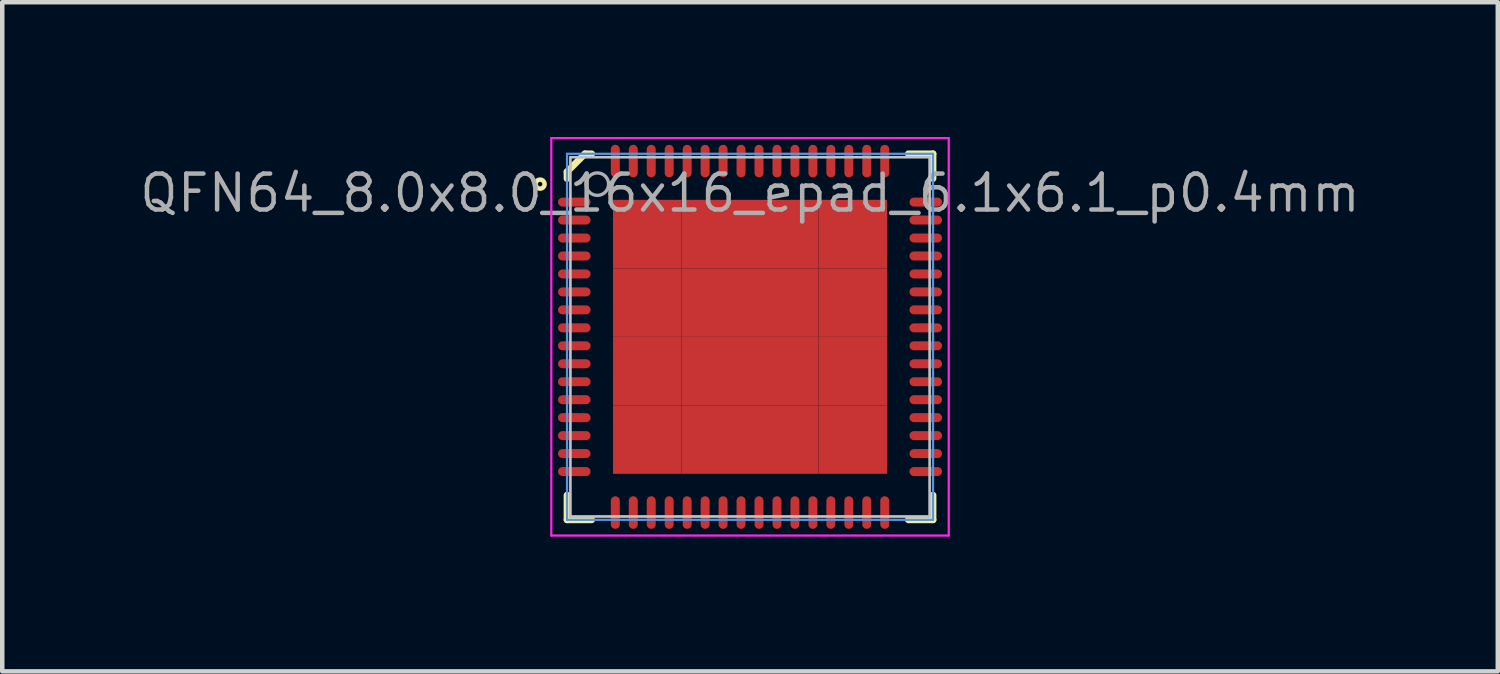
<source format=kicad_pcb>
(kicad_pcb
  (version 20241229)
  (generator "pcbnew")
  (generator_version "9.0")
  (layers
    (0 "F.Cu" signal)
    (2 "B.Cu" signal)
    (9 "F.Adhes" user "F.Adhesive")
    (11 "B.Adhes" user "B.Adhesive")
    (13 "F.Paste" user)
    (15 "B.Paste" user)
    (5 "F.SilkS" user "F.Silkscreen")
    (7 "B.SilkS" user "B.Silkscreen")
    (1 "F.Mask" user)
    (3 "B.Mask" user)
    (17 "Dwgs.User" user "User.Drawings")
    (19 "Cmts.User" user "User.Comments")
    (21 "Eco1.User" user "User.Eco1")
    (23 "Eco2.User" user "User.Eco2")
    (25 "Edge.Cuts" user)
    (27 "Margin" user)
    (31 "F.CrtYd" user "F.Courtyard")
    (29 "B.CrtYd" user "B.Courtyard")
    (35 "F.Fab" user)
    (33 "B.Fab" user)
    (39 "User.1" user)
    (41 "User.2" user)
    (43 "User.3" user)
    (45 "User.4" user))
  (footprint "QFN64_8.0x8.0_16x16_epad_6.1x6.1_p0.4mm"
    (layer "F.Cu")
    (at 13.651 4.45)
    (property "Reference" "QFN64_8.0x8.0_16x16_epad_6.1x6.1_p0.4mm" (at 0 -3.2 0) (layer "F.Fab") (effects (font (size 0.8 0.8) (thickness 0.1))))
    (attr through_hole)
    (fp_line (start -4.075 -3.675) (end -4.075 -3.525) (stroke (width 0.15) (type solid)) (layer "F.SilkS"))
    (fp_line (start -4.075 -3.675) (end -3.675 -4.075) (stroke (width 0.15) (type solid)) (layer "F.SilkS"))
    (fp_line (start -4.075 4.075) (end -4.075 3.525) (stroke (width 0.15) (type solid)) (layer "F.SilkS"))
    (fp_line (start -4.075 4.075) (end -3.525 4.075) (stroke (width 0.15) (type solid)) (layer "F.SilkS"))
    (fp_line (start -3.525 -4.075) (end -3.675 -4.075) (stroke (width 0.15) (type solid)) (layer "F.SilkS"))
    (fp_line (start 4.075 -4.075) (end 3.525 -4.075) (stroke (width 0.15) (type solid)) (layer "F.SilkS"))
    (fp_line (start 4.075 -4.075) (end 4.075 -3.525) (stroke (width 0.15) (type solid)) (layer "F.SilkS"))
    (fp_line (start 4.075 4.075) (end 3.525 4.075) (stroke (width 0.15) (type solid)) (layer "F.SilkS"))
    (fp_line (start 4.075 4.075) (end 4.075 3.525) (stroke (width 0.15) (type solid)) (layer "F.SilkS"))
    (fp_circle (center -4.675 -3.4) (end -4.604 -3.329) (stroke (width 0.1) (type solid)) (fill no) (layer "F.SilkS"))
    (fp_line (start -4 -4) (end -4 4) (stroke (width 0.05) (type solid)) (layer "Dwgs.User"))
    (fp_line (start -4 -4) (end 4 -4) (stroke (width 0.05) (type solid)) (layer "Dwgs.User"))
    (fp_line (start -4 4) (end 4 4) (stroke (width 0.05) (type solid)) (layer "Dwgs.User"))
    (fp_line (start 4 -4) (end 4 4) (stroke (width 0.05) (type solid)) (layer "Dwgs.User"))
    (fp_line (start -4.075 -4.075) (end -4.075 4.075) (stroke (width 0.05) (type solid)) (layer "Cmts.User"))
    (fp_line (start -4.075 -4.075) (end 4.075 -4.075) (stroke (width 0.05) (type solid)) (layer "Cmts.User"))
    (fp_line (start -4.075 4.075) (end 4.075 4.075) (stroke (width 0.05) (type solid)) (layer "Cmts.User"))
    (fp_line (start 4.075 -4.075) (end 4.075 4.075) (stroke (width 0.05) (type solid)) (layer "Cmts.User"))
    (fp_line (start -3.925 -3.925) (end -3.925 3.925) (stroke (width 0.05) (type solid)) (layer "Eco1.User"))
    (fp_line (start -3.925 -3.925) (end 3.925 -3.925) (stroke (width 0.05) (type solid)) (layer "Eco1.User"))
    (fp_line (start -3.925 3.925) (end 3.925 3.925) (stroke (width 0.05) (type solid)) (layer "Eco1.User"))
    (fp_line (start 3.925 -3.925) (end 3.925 3.925) (stroke (width 0.05) (type solid)) (layer "Eco1.User"))
    (fp_line (start -4.425 -4.425) (end -4.425 4.425) (stroke (width 0.05) (type solid)) (layer "F.CrtYd"))
    (fp_line (start -4.425 -4.425) (end 4.425 -4.425) (stroke (width 0.05) (type solid)) (layer "F.CrtYd"))
    (fp_line (start -4.425 4.425) (end 4.425 4.425) (stroke (width 0.05) (type solid)) (layer "F.CrtYd"))
    (fp_line (start 4.425 -4.425) (end 4.425 4.425) (stroke (width 0.05) (type solid)) (layer "F.CrtYd"))
    (fp_line (start -4 -4) (end -4 4) (stroke (width 0.05) (type solid)) (layer "F.Fab"))
    (fp_line (start -4 -4) (end 4 -4) (stroke (width 0.05) (type solid)) (layer "F.Fab"))
    (fp_line (start -4 4) (end 4 4) (stroke (width 0.05) (type solid)) (layer "F.Fab"))
    (fp_line (start 4 -4) (end 4 4) (stroke (width 0.05) (type solid)) (layer "F.Fab"))
    (fp_circle (center -3.4 -3.4) (end -3.223 -3.223) (stroke (width 0.075) (type solid)) (fill no) (layer "F.Fab"))
    (pad "1" smd oval (at -3.913 -3 180) (size 0.725 0.2) (layers "F.Cu" "F.Mask" "F.Paste"))
    (pad "2" smd oval (at -3.913 -2.6 180) (size 0.725 0.2) (layers "F.Cu" "F.Mask" "F.Paste"))
    (pad "3" smd oval (at -3.913 -2.2 180) (size 0.725 0.2) (layers "F.Cu" "F.Mask" "F.Paste"))
    (pad "4" smd oval (at -3.913 -1.8 180) (size 0.725 0.2) (layers "F.Cu" "F.Mask" "F.Paste"))
    (pad "5" smd oval (at -3.913 -1.4 180) (size 0.725 0.2) (layers "F.Cu" "F.Mask" "F.Paste"))
    (pad "6" smd oval (at -3.913 -1 180) (size 0.725 0.2) (layers "F.Cu" "F.Mask" "F.Paste"))
    (pad "7" smd oval (at -3.913 -0.6 180) (size 0.725 0.2) (layers "F.Cu" "F.Mask" "F.Paste"))
    (pad "8" smd oval (at -3.913 -0.2 180) (size 0.725 0.2) (layers "F.Cu" "F.Mask" "F.Paste"))
    (pad "9" smd oval (at -3.913 0.2 180) (size 0.725 0.2) (layers "F.Cu" "F.Mask" "F.Paste"))
    (pad "10" smd oval (at -3.913 0.6 180) (size 0.725 0.2) (layers "F.Cu" "F.Mask" "F.Paste"))
    (pad "11" smd oval (at -3.913 1 180) (size 0.725 0.2) (layers "F.Cu" "F.Mask" "F.Paste"))
    (pad "12" smd oval (at -3.913 1.4 180) (size 0.725 0.2) (layers "F.Cu" "F.Mask" "F.Paste"))
    (pad "13" smd oval (at -3.913 1.8 180) (size 0.725 0.2) (layers "F.Cu" "F.Mask" "F.Paste"))
    (pad "14" smd oval (at -3.913 2.2 180) (size 0.725 0.2) (layers "F.Cu" "F.Mask" "F.Paste"))
    (pad "15" smd oval (at -3.913 2.6 180) (size 0.725 0.2) (layers "F.Cu" "F.Mask" "F.Paste"))
    (pad "16" smd oval (at -3.913 3 180) (size 0.725 0.2) (layers "F.Cu" "F.Mask" "F.Paste"))
    (pad "17" smd oval (at -3 3.913 270) (size 0.725 0.2) (layers "F.Cu" "F.Mask" "F.Paste"))
    (pad "18" smd oval (at -2.6 3.913 270) (size 0.725 0.2) (layers "F.Cu" "F.Mask" "F.Paste"))
    (pad "19" smd oval (at -2.2 3.913 270) (size 0.725 0.2) (layers "F.Cu" "F.Mask" "F.Paste"))
    (pad "20" smd oval (at -1.8 3.913 270) (size 0.725 0.2) (layers "F.Cu" "F.Mask" "F.Paste"))
    (pad "21" smd oval (at -1.4 3.913 270) (size 0.725 0.2) (layers "F.Cu" "F.Mask" "F.Paste"))
    (pad "22" smd oval (at -1 3.913 270) (size 0.725 0.2) (layers "F.Cu" "F.Mask" "F.Paste"))
    (pad "23" smd oval (at -0.6 3.913 270) (size 0.725 0.2) (layers "F.Cu" "F.Mask" "F.Paste"))
    (pad "24" smd oval (at -0.2 3.913 270) (size 0.725 0.2) (layers "F.Cu" "F.Mask" "F.Paste"))
    (pad "25" smd oval (at 0.2 3.913 270) (size 0.725 0.2) (layers "F.Cu" "F.Mask" "F.Paste"))
    (pad "26" smd oval (at 0.6 3.913 270) (size 0.725 0.2) (layers "F.Cu" "F.Mask" "F.Paste"))
    (pad "27" smd oval (at 1 3.913 270) (size 0.725 0.2) (layers "F.Cu" "F.Mask" "F.Paste"))
    (pad "28" smd oval (at 1.4 3.913 270) (size 0.725 0.2) (layers "F.Cu" "F.Mask" "F.Paste"))
    (pad "29" smd oval (at 1.8 3.913 270) (size 0.725 0.2) (layers "F.Cu" "F.Mask" "F.Paste"))
    (pad "30" smd oval (at 2.2 3.913 270) (size 0.725 0.2) (layers "F.Cu" "F.Mask" "F.Paste"))
    (pad "31" smd oval (at 2.6 3.913 270) (size 0.725 0.2) (layers "F.Cu" "F.Mask" "F.Paste"))
    (pad "32" smd oval (at 3 3.913 270) (size 0.725 0.2) (layers "F.Cu" "F.Mask" "F.Paste"))
    (pad "33" smd oval (at 3.913 3) (size 0.725 0.2) (layers "F.Cu" "F.Mask" "F.Paste"))
    (pad "34" smd oval (at 3.913 2.6) (size 0.725 0.2) (layers "F.Cu" "F.Mask" "F.Paste"))
    (pad "35" smd oval (at 3.913 2.2) (size 0.725 0.2) (layers "F.Cu" "F.Mask" "F.Paste"))
    (pad "36" smd oval (at 3.913 1.8) (size 0.725 0.2) (layers "F.Cu" "F.Mask" "F.Paste"))
    (pad "37" smd oval (at 3.913 1.4) (size 0.725 0.2) (layers "F.Cu" "F.Mask" "F.Paste"))
    (pad "38" smd oval (at 3.913 1) (size 0.725 0.2) (layers "F.Cu" "F.Mask" "F.Paste"))
    (pad "39" smd oval (at 3.913 0.6) (size 0.725 0.2) (layers "F.Cu" "F.Mask" "F.Paste"))
    (pad "40" smd oval (at 3.913 0.2) (size 0.725 0.2) (layers "F.Cu" "F.Mask" "F.Paste"))
    (pad "41" smd oval (at 3.913 -0.2) (size 0.725 0.2) (layers "F.Cu" "F.Mask" "F.Paste"))
    (pad "42" smd oval (at 3.913 -0.6) (size 0.725 0.2) (layers "F.Cu" "F.Mask" "F.Paste"))
    (pad "43" smd oval (at 3.913 -1) (size 0.725 0.2) (layers "F.Cu" "F.Mask" "F.Paste"))
    (pad "44" smd oval (at 3.913 -1.4) (size 0.725 0.2) (layers "F.Cu" "F.Mask" "F.Paste"))
    (pad "45" smd oval (at 3.913 -1.8) (size 0.725 0.2) (layers "F.Cu" "F.Mask" "F.Paste"))
    (pad "46" smd oval (at 3.913 -2.2) (size 0.725 0.2) (layers "F.Cu" "F.Mask" "F.Paste"))
    (pad "47" smd oval (at 3.913 -2.6) (size 0.725 0.2) (layers "F.Cu" "F.Mask" "F.Paste"))
    (pad "48" smd oval (at 3.913 -3) (size 0.725 0.2) (layers "F.Cu" "F.Mask" "F.Paste"))
    (pad "49" smd oval (at 3 -3.913 90) (size 0.725 0.2) (layers "F.Cu" "F.Mask" "F.Paste"))
    (pad "50" smd oval (at 2.6 -3.913 90) (size 0.725 0.2) (layers "F.Cu" "F.Mask" "F.Paste"))
    (pad "51" smd oval (at 2.2 -3.913 90) (size 0.725 0.2) (layers "F.Cu" "F.Mask" "F.Paste"))
    (pad "52" smd oval (at 1.8 -3.913 90) (size 0.725 0.2) (layers "F.Cu" "F.Mask" "F.Paste"))
    (pad "53" smd oval (at 1.4 -3.913 90) (size 0.725 0.2) (layers "F.Cu" "F.Mask" "F.Paste"))
    (pad "54" smd oval (at 1 -3.913 90) (size 0.725 0.2) (layers "F.Cu" "F.Mask" "F.Paste"))
    (pad "55" smd oval (at 0.6 -3.913 90) (size 0.725 0.2) (layers "F.Cu" "F.Mask" "F.Paste"))
    (pad "56" smd oval (at 0.2 -3.913 90) (size 0.725 0.2) (layers "F.Cu" "F.Mask" "F.Paste"))
    (pad "57" smd oval (at -0.2 -3.913 90) (size 0.725 0.2) (layers "F.Cu" "F.Mask" "F.Paste"))
    (pad "58" smd oval (at -0.6 -3.913 90) (size 0.725 0.2) (layers "F.Cu" "F.Mask" "F.Paste"))
    (pad "59" smd oval (at -1 -3.913 90) (size 0.725 0.2) (layers "F.Cu" "F.Mask" "F.Paste"))
    (pad "60" smd oval (at -1.4 -3.913 90) (size 0.725 0.2) (layers "F.Cu" "F.Mask" "F.Paste"))
    (pad "61" smd oval (at -1.8 -3.913 90) (size 0.725 0.2) (layers "F.Cu" "F.Mask" "F.Paste"))
    (pad "62" smd oval (at -2.2 -3.913 90) (size 0.725 0.2) (layers "F.Cu" "F.Mask" "F.Paste"))
    (pad "63" smd oval (at -2.6 -3.913 90) (size 0.725 0.2) (layers "F.Cu" "F.Mask" "F.Paste"))
    (pad "64" smd oval (at -3 -3.913 90) (size 0.725 0.2) (layers "F.Cu" "F.Mask" "F.Paste"))
    (pad "65" smd rect (at -2.288 -2.288) (size 1.525 1.525) (layers "F.Cu" "F.Mask" "F.Paste"))
    (pad "65" smd rect (at -2.288 -0.762) (size 1.525 1.525) (layers "F.Cu" "F.Mask" "F.Paste"))
    (pad "65" smd rect (at -2.288 0.762) (size 1.525 1.525) (layers "F.Cu" "F.Mask" "F.Paste"))
    (pad "65" smd rect (at -2.288 2.288) (size 1.525 1.525) (layers "F.Cu" "F.Mask" "F.Paste"))
    (pad "65" smd rect (at -0.762 -2.288) (size 1.525 1.525) (layers "F.Cu" "F.Mask" "F.Paste"))
    (pad "65" smd rect (at -0.762 -0.762) (size 1.525 1.525) (layers "F.Cu" "F.Mask" "F.Paste"))
    (pad "65" smd rect (at -0.762 0.762) (size 1.525 1.525) (layers "F.Cu" "F.Mask" "F.Paste"))
    (pad "65" smd rect (at -0.762 2.288) (size 1.525 1.525) (layers "F.Cu" "F.Mask" "F.Paste"))
    (pad "65" smd rect (at 0.762 -2.288) (size 1.525 1.525) (layers "F.Cu" "F.Mask" "F.Paste"))
    (pad "65" smd rect (at 0.762 -0.762) (size 1.525 1.525) (layers "F.Cu" "F.Mask" "F.Paste"))
    (pad "65" smd rect (at 0.762 0.762) (size 1.525 1.525) (layers "F.Cu" "F.Mask" "F.Paste"))
    (pad "65" smd rect (at 0.762 2.288) (size 1.525 1.525) (layers "F.Cu" "F.Mask" "F.Paste"))
    (pad "65" smd rect (at 2.288 -2.288) (size 1.525 1.525) (layers "F.Cu" "F.Mask" "F.Paste"))
    (pad "65" smd rect (at 2.288 -0.762) (size 1.525 1.525) (layers "F.Cu" "F.Mask" "F.Paste"))
    (pad "65" smd rect (at 2.288 0.762) (size 1.525 1.525) (layers "F.Cu" "F.Mask" "F.Paste"))
    (pad "65" smd rect (at 2.288 2.288) (size 1.525 1.525) (layers "F.Cu" "F.Mask" "F.Paste")))
  (gr_rect
    (start -3 -3)
    (end 30.302 11.9)
    (stroke (width 0.1) (type default))
    (fill no)
    (layer "Edge.Cuts")))
</source>
